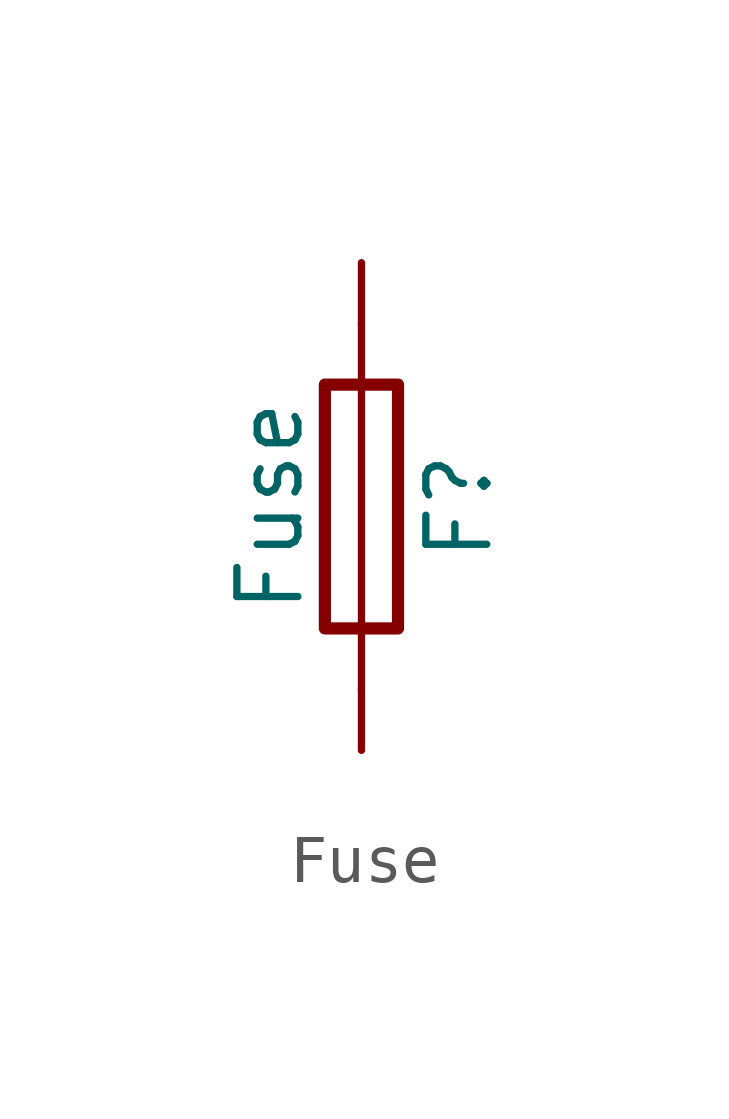
<source format=kicad_sym>
(kicad_symbol_lib
  (version 20211014)
  (generator kicad_symbol_editor)
  (symbol "Fuse"
    (pin_numbers hide)
    (pin_names
      (offset 0))
    (property "Reference" "F"
      (at 2.032 0 90)
      (effects (font (size 1.27 1.27))))
    (property "Value" "Fuse"
      (at -1.905 0 90)
      (effects (font (size 1.27 1.27))))
    (property "Footprint" ""
      (at -1.778 0 90)
      (effects (font (size 1.27 1.27))))
    (property "Datasheet" ""
      (at 0 0 0)
      (effects (font (size 1.27 1.27))))
    (symbol "Fuse_0_1"
      (rectangle (start -0.762 -2.54) (end 0.762 2.54) (stroke (width 0.254) (type default) (color 0 0 0 0)) (fill (type none)))
      (polyline (pts (xy 0 -3.81) (xy 0 -2.54)) (stroke (width 0) (type default) (color 0 0 0 0)) (fill (type none)))
      (polyline (pts (xy 0 2.54) (xy 0 -2.54)) (stroke (width 0) (type default) (color 0 0 0 0)) (fill (type none)))
      (polyline (pts (xy 0 2.54) (xy 0 3.81)) (stroke (width 0) (type default) (color 0 0 0 0)) (fill (type none))))
    (symbol "Fuse_1_1"
      (pin passive line (at 0 5.08 270) (length 1.27) (name "~" (effects (font (size 1.27 1.27)))) (number "1" (effects (font (size 1.27 1.27)))))
      (pin passive line (at 0 -5.08 90) (length 1.27) (name "~" (effects (font (size 1.27 1.27)))) (number "2" (effects (font (size 1.27 1.27))))))))
</source>
